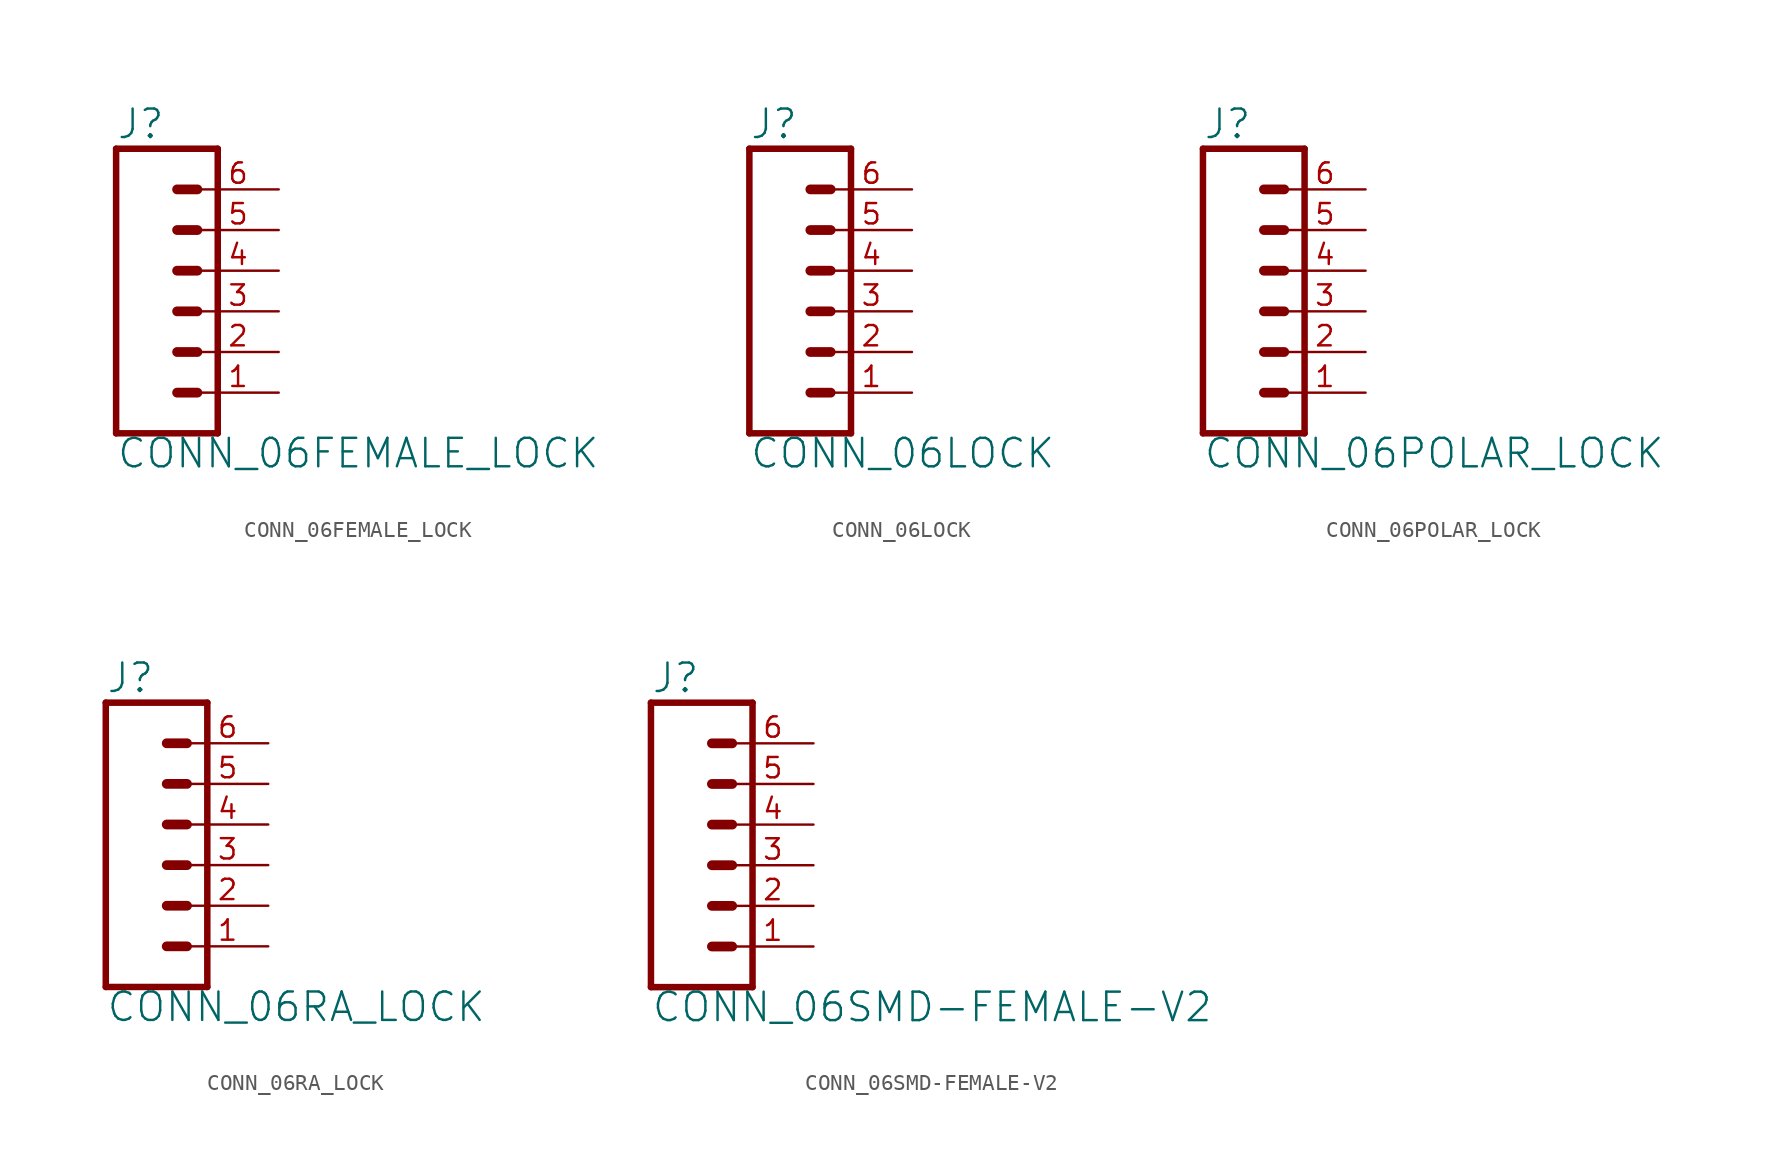
<source format=kicad_sym>
(kicad_symbol_lib
  (version 20211014)
  (generator kicad_symbol_editor)
  (symbol "CONN_06FEMALE_LOCK"
    (property "Reference" "J"
      (at -5.08 10.668 0)
      (effects (font (size 1.778 1.778)) (justify left bottom)))
    (property "Value" "CONN_06FEMALE_LOCK"
      (at -5.08 -9.906 0)
      (effects (font (size 1.778 1.778)) (justify left bottom)))
    (property "ki_locked" ""
      (at 0 0 0)
      (effects (font (size 1.27 1.27))))
    (symbol "CONN_06FEMALE_LOCK_1_0"
      (polyline (pts (xy -5.08 10.16) (xy -5.08 -7.62)) (stroke (width 0.406) (type default) (color 0 0 0 0)) (fill (type none)))
      (polyline (pts (xy -5.08 10.16) (xy 1.27 10.16)) (stroke (width 0.406) (type default) (color 0 0 0 0)) (fill (type none)))
      (polyline (pts (xy -1.27 -5.08) (xy 0 -5.08)) (stroke (width 0.61) (type default) (color 0 0 0 0)) (fill (type none)))
      (polyline (pts (xy -1.27 -2.54) (xy 0 -2.54)) (stroke (width 0.61) (type default) (color 0 0 0 0)) (fill (type none)))
      (polyline (pts (xy -1.27 0) (xy 0 0)) (stroke (width 0.61) (type default) (color 0 0 0 0)) (fill (type none)))
      (polyline (pts (xy -1.27 2.54) (xy 0 2.54)) (stroke (width 0.61) (type default) (color 0 0 0 0)) (fill (type none)))
      (polyline (pts (xy -1.27 5.08) (xy 0 5.08)) (stroke (width 0.61) (type default) (color 0 0 0 0)) (fill (type none)))
      (polyline (pts (xy -1.27 7.62) (xy 0 7.62)) (stroke (width 0.61) (type default) (color 0 0 0 0)) (fill (type none)))
      (polyline (pts (xy 1.27 -7.62) (xy -5.08 -7.62)) (stroke (width 0.406) (type default) (color 0 0 0 0)) (fill (type none)))
      (polyline (pts (xy 1.27 -7.62) (xy 1.27 10.16)) (stroke (width 0.406) (type default) (color 0 0 0 0)) (fill (type none)))
      (pin passive line (at 5.08 -5.08 180) (length 5.08) (name "1" (effects (font (size 0 0)))) (number "1" (effects (font (size 1.27 1.27)))))
      (pin passive line (at 5.08 -2.54 180) (length 5.08) (name "2" (effects (font (size 0 0)))) (number "2" (effects (font (size 1.27 1.27)))))
      (pin passive line (at 5.08 0 180) (length 5.08) (name "3" (effects (font (size 0 0)))) (number "3" (effects (font (size 1.27 1.27)))))
      (pin passive line (at 5.08 2.54 180) (length 5.08) (name "4" (effects (font (size 0 0)))) (number "4" (effects (font (size 1.27 1.27)))))
      (pin passive line (at 5.08 5.08 180) (length 5.08) (name "5" (effects (font (size 0 0)))) (number "5" (effects (font (size 1.27 1.27)))))
      (pin passive line (at 5.08 7.62 180) (length 5.08) (name "6" (effects (font (size 0 0)))) (number "6" (effects (font (size 1.27 1.27)))))))
  (symbol "CONN_06LOCK"
    (property "Reference" "J"
      (at -5.08 10.668 0)
      (effects (font (size 1.778 1.778)) (justify left bottom)))
    (property "Value" "CONN_06LOCK"
      (at -5.08 -9.906 0)
      (effects (font (size 1.778 1.778)) (justify left bottom)))
    (property "ki_locked" ""
      (at 0 0 0)
      (effects (font (size 1.27 1.27))))
    (symbol "CONN_06LOCK_1_0"
      (polyline (pts (xy -5.08 10.16) (xy -5.08 -7.62)) (stroke (width 0.406) (type default) (color 0 0 0 0)) (fill (type none)))
      (polyline (pts (xy -5.08 10.16) (xy 1.27 10.16)) (stroke (width 0.406) (type default) (color 0 0 0 0)) (fill (type none)))
      (polyline (pts (xy -1.27 -5.08) (xy 0 -5.08)) (stroke (width 0.61) (type default) (color 0 0 0 0)) (fill (type none)))
      (polyline (pts (xy -1.27 -2.54) (xy 0 -2.54)) (stroke (width 0.61) (type default) (color 0 0 0 0)) (fill (type none)))
      (polyline (pts (xy -1.27 0) (xy 0 0)) (stroke (width 0.61) (type default) (color 0 0 0 0)) (fill (type none)))
      (polyline (pts (xy -1.27 2.54) (xy 0 2.54)) (stroke (width 0.61) (type default) (color 0 0 0 0)) (fill (type none)))
      (polyline (pts (xy -1.27 5.08) (xy 0 5.08)) (stroke (width 0.61) (type default) (color 0 0 0 0)) (fill (type none)))
      (polyline (pts (xy -1.27 7.62) (xy 0 7.62)) (stroke (width 0.61) (type default) (color 0 0 0 0)) (fill (type none)))
      (polyline (pts (xy 1.27 -7.62) (xy -5.08 -7.62)) (stroke (width 0.406) (type default) (color 0 0 0 0)) (fill (type none)))
      (polyline (pts (xy 1.27 -7.62) (xy 1.27 10.16)) (stroke (width 0.406) (type default) (color 0 0 0 0)) (fill (type none)))
      (pin passive line (at 5.08 -5.08 180) (length 5.08) (name "1" (effects (font (size 0 0)))) (number "1" (effects (font (size 1.27 1.27)))))
      (pin passive line (at 5.08 -2.54 180) (length 5.08) (name "2" (effects (font (size 0 0)))) (number "2" (effects (font (size 1.27 1.27)))))
      (pin passive line (at 5.08 0 180) (length 5.08) (name "3" (effects (font (size 0 0)))) (number "3" (effects (font (size 1.27 1.27)))))
      (pin passive line (at 5.08 2.54 180) (length 5.08) (name "4" (effects (font (size 0 0)))) (number "4" (effects (font (size 1.27 1.27)))))
      (pin passive line (at 5.08 5.08 180) (length 5.08) (name "5" (effects (font (size 0 0)))) (number "5" (effects (font (size 1.27 1.27)))))
      (pin passive line (at 5.08 7.62 180) (length 5.08) (name "6" (effects (font (size 0 0)))) (number "6" (effects (font (size 1.27 1.27)))))))
  (symbol "CONN_06POLAR_LOCK"
    (property "Reference" "J"
      (at -5.08 10.668 0)
      (effects (font (size 1.778 1.778)) (justify left bottom)))
    (property "Value" "CONN_06POLAR_LOCK"
      (at -5.08 -9.906 0)
      (effects (font (size 1.778 1.778)) (justify left bottom)))
    (property "ki_locked" ""
      (at 0 0 0)
      (effects (font (size 1.27 1.27))))
    (symbol "CONN_06POLAR_LOCK_1_0"
      (polyline (pts (xy -5.08 10.16) (xy -5.08 -7.62)) (stroke (width 0.406) (type default) (color 0 0 0 0)) (fill (type none)))
      (polyline (pts (xy -5.08 10.16) (xy 1.27 10.16)) (stroke (width 0.406) (type default) (color 0 0 0 0)) (fill (type none)))
      (polyline (pts (xy -1.27 -5.08) (xy 0 -5.08)) (stroke (width 0.61) (type default) (color 0 0 0 0)) (fill (type none)))
      (polyline (pts (xy -1.27 -2.54) (xy 0 -2.54)) (stroke (width 0.61) (type default) (color 0 0 0 0)) (fill (type none)))
      (polyline (pts (xy -1.27 0) (xy 0 0)) (stroke (width 0.61) (type default) (color 0 0 0 0)) (fill (type none)))
      (polyline (pts (xy -1.27 2.54) (xy 0 2.54)) (stroke (width 0.61) (type default) (color 0 0 0 0)) (fill (type none)))
      (polyline (pts (xy -1.27 5.08) (xy 0 5.08)) (stroke (width 0.61) (type default) (color 0 0 0 0)) (fill (type none)))
      (polyline (pts (xy -1.27 7.62) (xy 0 7.62)) (stroke (width 0.61) (type default) (color 0 0 0 0)) (fill (type none)))
      (polyline (pts (xy 1.27 -7.62) (xy -5.08 -7.62)) (stroke (width 0.406) (type default) (color 0 0 0 0)) (fill (type none)))
      (polyline (pts (xy 1.27 -7.62) (xy 1.27 10.16)) (stroke (width 0.406) (type default) (color 0 0 0 0)) (fill (type none)))
      (pin passive line (at 5.08 -5.08 180) (length 5.08) (name "1" (effects (font (size 0 0)))) (number "1" (effects (font (size 1.27 1.27)))))
      (pin passive line (at 5.08 -2.54 180) (length 5.08) (name "2" (effects (font (size 0 0)))) (number "2" (effects (font (size 1.27 1.27)))))
      (pin passive line (at 5.08 0 180) (length 5.08) (name "3" (effects (font (size 0 0)))) (number "3" (effects (font (size 1.27 1.27)))))
      (pin passive line (at 5.08 2.54 180) (length 5.08) (name "4" (effects (font (size 0 0)))) (number "4" (effects (font (size 1.27 1.27)))))
      (pin passive line (at 5.08 5.08 180) (length 5.08) (name "5" (effects (font (size 0 0)))) (number "5" (effects (font (size 1.27 1.27)))))
      (pin passive line (at 5.08 7.62 180) (length 5.08) (name "6" (effects (font (size 0 0)))) (number "6" (effects (font (size 1.27 1.27)))))))
  (symbol "CONN_06RA_LOCK"
    (property "Reference" "J"
      (at -5.08 10.668 0)
      (effects (font (size 1.778 1.778)) (justify left bottom)))
    (property "Value" "CONN_06RA_LOCK"
      (at -5.08 -9.906 0)
      (effects (font (size 1.778 1.778)) (justify left bottom)))
    (property "ki_locked" ""
      (at 0 0 0)
      (effects (font (size 1.27 1.27))))
    (symbol "CONN_06RA_LOCK_1_0"
      (polyline (pts (xy -5.08 10.16) (xy -5.08 -7.62)) (stroke (width 0.406) (type default) (color 0 0 0 0)) (fill (type none)))
      (polyline (pts (xy -5.08 10.16) (xy 1.27 10.16)) (stroke (width 0.406) (type default) (color 0 0 0 0)) (fill (type none)))
      (polyline (pts (xy -1.27 -5.08) (xy 0 -5.08)) (stroke (width 0.61) (type default) (color 0 0 0 0)) (fill (type none)))
      (polyline (pts (xy -1.27 -2.54) (xy 0 -2.54)) (stroke (width 0.61) (type default) (color 0 0 0 0)) (fill (type none)))
      (polyline (pts (xy -1.27 0) (xy 0 0)) (stroke (width 0.61) (type default) (color 0 0 0 0)) (fill (type none)))
      (polyline (pts (xy -1.27 2.54) (xy 0 2.54)) (stroke (width 0.61) (type default) (color 0 0 0 0)) (fill (type none)))
      (polyline (pts (xy -1.27 5.08) (xy 0 5.08)) (stroke (width 0.61) (type default) (color 0 0 0 0)) (fill (type none)))
      (polyline (pts (xy -1.27 7.62) (xy 0 7.62)) (stroke (width 0.61) (type default) (color 0 0 0 0)) (fill (type none)))
      (polyline (pts (xy 1.27 -7.62) (xy -5.08 -7.62)) (stroke (width 0.406) (type default) (color 0 0 0 0)) (fill (type none)))
      (polyline (pts (xy 1.27 -7.62) (xy 1.27 10.16)) (stroke (width 0.406) (type default) (color 0 0 0 0)) (fill (type none)))
      (pin passive line (at 5.08 -5.08 180) (length 5.08) (name "1" (effects (font (size 0 0)))) (number "1" (effects (font (size 1.27 1.27)))))
      (pin passive line (at 5.08 -2.54 180) (length 5.08) (name "2" (effects (font (size 0 0)))) (number "2" (effects (font (size 1.27 1.27)))))
      (pin passive line (at 5.08 0 180) (length 5.08) (name "3" (effects (font (size 0 0)))) (number "3" (effects (font (size 1.27 1.27)))))
      (pin passive line (at 5.08 2.54 180) (length 5.08) (name "4" (effects (font (size 0 0)))) (number "4" (effects (font (size 1.27 1.27)))))
      (pin passive line (at 5.08 5.08 180) (length 5.08) (name "5" (effects (font (size 0 0)))) (number "5" (effects (font (size 1.27 1.27)))))
      (pin passive line (at 5.08 7.62 180) (length 5.08) (name "6" (effects (font (size 0 0)))) (number "6" (effects (font (size 1.27 1.27)))))))
  (symbol "CONN_06SMD-FEMALE-V2"
    (property "Reference" "J"
      (at -5.08 10.668 0)
      (effects (font (size 1.778 1.778)) (justify left bottom)))
    (property "Value" "CONN_06SMD-FEMALE-V2"
      (at -5.08 -9.906 0)
      (effects (font (size 1.778 1.778)) (justify left bottom)))
    (property "ki_locked" ""
      (at 0 0 0)
      (effects (font (size 1.27 1.27))))
    (symbol "CONN_06SMD-FEMALE-V2_1_0"
      (polyline (pts (xy -5.08 10.16) (xy -5.08 -7.62)) (stroke (width 0.406) (type default) (color 0 0 0 0)) (fill (type none)))
      (polyline (pts (xy -5.08 10.16) (xy 1.27 10.16)) (stroke (width 0.406) (type default) (color 0 0 0 0)) (fill (type none)))
      (polyline (pts (xy -1.27 -5.08) (xy 0 -5.08)) (stroke (width 0.61) (type default) (color 0 0 0 0)) (fill (type none)))
      (polyline (pts (xy -1.27 -2.54) (xy 0 -2.54)) (stroke (width 0.61) (type default) (color 0 0 0 0)) (fill (type none)))
      (polyline (pts (xy -1.27 0) (xy 0 0)) (stroke (width 0.61) (type default) (color 0 0 0 0)) (fill (type none)))
      (polyline (pts (xy -1.27 2.54) (xy 0 2.54)) (stroke (width 0.61) (type default) (color 0 0 0 0)) (fill (type none)))
      (polyline (pts (xy -1.27 5.08) (xy 0 5.08)) (stroke (width 0.61) (type default) (color 0 0 0 0)) (fill (type none)))
      (polyline (pts (xy -1.27 7.62) (xy 0 7.62)) (stroke (width 0.61) (type default) (color 0 0 0 0)) (fill (type none)))
      (polyline (pts (xy 1.27 -7.62) (xy -5.08 -7.62)) (stroke (width 0.406) (type default) (color 0 0 0 0)) (fill (type none)))
      (polyline (pts (xy 1.27 -7.62) (xy 1.27 10.16)) (stroke (width 0.406) (type default) (color 0 0 0 0)) (fill (type none)))
      (pin passive line (at 5.08 -5.08 180) (length 5.08) (name "1" (effects (font (size 0 0)))) (number "1" (effects (font (size 1.27 1.27)))))
      (pin passive line (at 5.08 -2.54 180) (length 5.08) (name "2" (effects (font (size 0 0)))) (number "2" (effects (font (size 1.27 1.27)))))
      (pin passive line (at 5.08 0 180) (length 5.08) (name "3" (effects (font (size 0 0)))) (number "3" (effects (font (size 1.27 1.27)))))
      (pin passive line (at 5.08 2.54 180) (length 5.08) (name "4" (effects (font (size 0 0)))) (number "4" (effects (font (size 1.27 1.27)))))
      (pin passive line (at 5.08 5.08 180) (length 5.08) (name "5" (effects (font (size 0 0)))) (number "5" (effects (font (size 1.27 1.27)))))
      (pin passive line (at 5.08 7.62 180) (length 5.08) (name "6" (effects (font (size 0 0)))) (number "6" (effects (font (size 1.27 1.27))))))))
</source>
